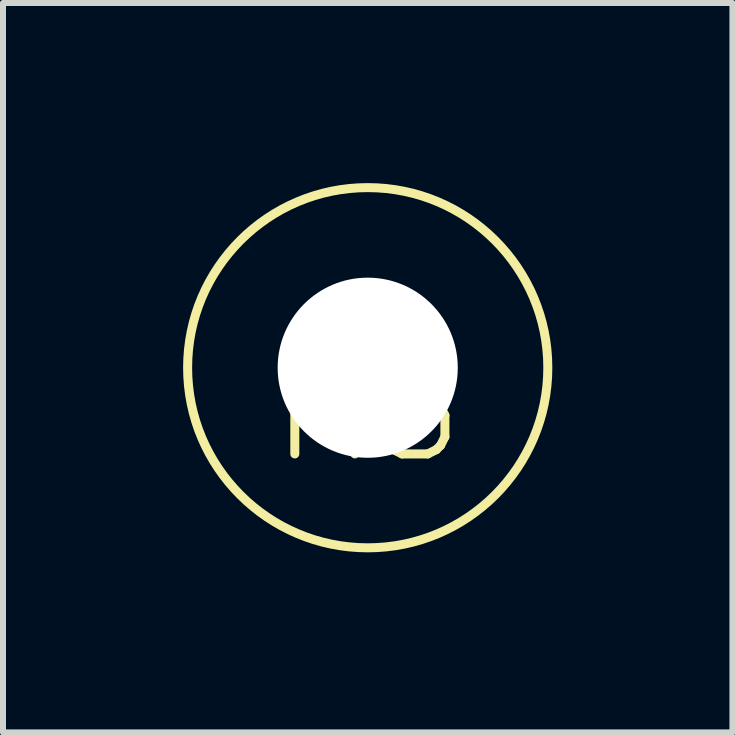
<source format=kicad_pcb>
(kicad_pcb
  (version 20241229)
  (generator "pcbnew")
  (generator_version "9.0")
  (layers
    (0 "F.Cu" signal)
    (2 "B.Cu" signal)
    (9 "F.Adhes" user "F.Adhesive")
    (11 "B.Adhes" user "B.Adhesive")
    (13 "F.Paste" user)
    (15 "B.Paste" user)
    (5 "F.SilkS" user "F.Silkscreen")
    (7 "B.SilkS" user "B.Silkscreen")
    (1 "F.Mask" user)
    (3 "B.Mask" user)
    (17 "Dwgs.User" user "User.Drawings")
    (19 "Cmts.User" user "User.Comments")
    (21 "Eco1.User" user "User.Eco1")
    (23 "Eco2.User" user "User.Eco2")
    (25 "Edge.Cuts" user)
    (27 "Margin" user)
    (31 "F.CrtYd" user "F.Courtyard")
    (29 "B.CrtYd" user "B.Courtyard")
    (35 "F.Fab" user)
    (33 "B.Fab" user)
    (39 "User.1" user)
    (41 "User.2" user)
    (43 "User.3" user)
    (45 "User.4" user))
  (footprint "M3"
    (layer "F.Cu")
    (at 3.075 3.075)
    (property "Reference" "M3" (at 0 0.75 0) (layer "F.SilkS") (effects (font (size 1.5 1.5) (thickness 0.15))))
    (attr through_hole)
    (fp_circle (center 0 0) (end 3 0) (stroke (width 0.15) (type solid)) (fill no) (layer "F.SilkS"))
    (pad "" np_thru_hole circle (at 0 0) (size 3 3) (drill 3) (layers "*.Cu" "*.Mask")))
  (gr_rect
    (start -3 -3)
    (end 9.15 9.15)
    (stroke (width 0.1) (type default))
    (fill no)
    (layer "Edge.Cuts")))
</source>
